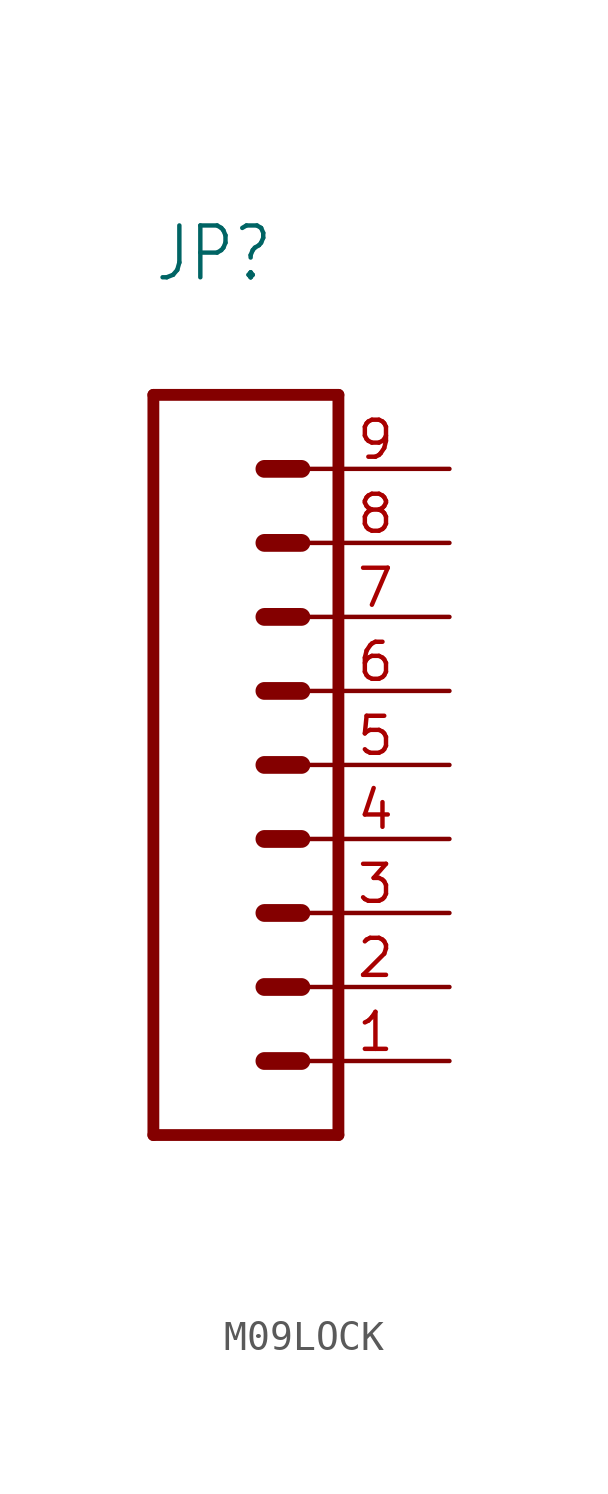
<source format=kicad_sym>
(kicad_symbol_lib
  (version 20220914)
  (generator kicad_symbol_editor)
  (symbol "M09LOCK"
    (property "Reference" "JP"
      (at 0 16.51 0)
      (effects (font (size 1.778 1.511)) (justify left bottom)))
    (property "Value" ""
      (at 0 -15.24 0)
      (effects (font (size 1.778 1.511)) (justify left bottom)))
    (property "ki_locked" ""
      (at 0 0 0)
      (effects (font (size 1.27 1.27))))
    (symbol "M09LOCK_1_0"
      (polyline (pts (xy 0 12.7) (xy 0 -12.7)) (stroke (width 0.406) (type solid)) (fill (type none)))
      (polyline (pts (xy 0 12.7) (xy 6.35 12.7)) (stroke (width 0.406) (type solid)) (fill (type none)))
      (polyline (pts (xy 3.81 -10.16) (xy 5.08 -10.16)) (stroke (width 0.61) (type solid)) (fill (type none)))
      (polyline (pts (xy 3.81 -7.62) (xy 5.08 -7.62)) (stroke (width 0.61) (type solid)) (fill (type none)))
      (polyline (pts (xy 3.81 -5.08) (xy 5.08 -5.08)) (stroke (width 0.61) (type solid)) (fill (type none)))
      (polyline (pts (xy 3.81 -2.54) (xy 5.08 -2.54)) (stroke (width 0.61) (type solid)) (fill (type none)))
      (polyline (pts (xy 3.81 0) (xy 5.08 0)) (stroke (width 0.61) (type solid)) (fill (type none)))
      (polyline (pts (xy 3.81 2.54) (xy 5.08 2.54)) (stroke (width 0.61) (type solid)) (fill (type none)))
      (polyline (pts (xy 3.81 5.08) (xy 5.08 5.08)) (stroke (width 0.61) (type solid)) (fill (type none)))
      (polyline (pts (xy 3.81 7.62) (xy 5.08 7.62)) (stroke (width 0.61) (type solid)) (fill (type none)))
      (polyline (pts (xy 3.81 10.16) (xy 5.08 10.16)) (stroke (width 0.61) (type solid)) (fill (type none)))
      (polyline (pts (xy 6.35 -12.7) (xy 0 -12.7)) (stroke (width 0.406) (type solid)) (fill (type none)))
      (polyline (pts (xy 6.35 -12.7) (xy 6.35 12.7)) (stroke (width 0.406) (type solid)) (fill (type none)))
      (pin passive line (at 10.16 -10.16 180) (length 5.08) (name "1" (effects (font (size 0 0)))) (number "1" (effects (font (size 1.27 1.27)))))
      (pin passive line (at 10.16 -7.62 180) (length 5.08) (name "2" (effects (font (size 0 0)))) (number "2" (effects (font (size 1.27 1.27)))))
      (pin passive line (at 10.16 -5.08 180) (length 5.08) (name "3" (effects (font (size 0 0)))) (number "3" (effects (font (size 1.27 1.27)))))
      (pin passive line (at 10.16 -2.54 180) (length 5.08) (name "4" (effects (font (size 0 0)))) (number "4" (effects (font (size 1.27 1.27)))))
      (pin passive line (at 10.16 0 180) (length 5.08) (name "5" (effects (font (size 0 0)))) (number "5" (effects (font (size 1.27 1.27)))))
      (pin passive line (at 10.16 2.54 180) (length 5.08) (name "6" (effects (font (size 0 0)))) (number "6" (effects (font (size 1.27 1.27)))))
      (pin passive line (at 10.16 5.08 180) (length 5.08) (name "7" (effects (font (size 0 0)))) (number "7" (effects (font (size 1.27 1.27)))))
      (pin passive line (at 10.16 7.62 180) (length 5.08) (name "8" (effects (font (size 0 0)))) (number "8" (effects (font (size 1.27 1.27)))))
      (pin passive line (at 10.16 10.16 180) (length 5.08) (name "9" (effects (font (size 0 0)))) (number "9" (effects (font (size 1.27 1.27))))))))
</source>
